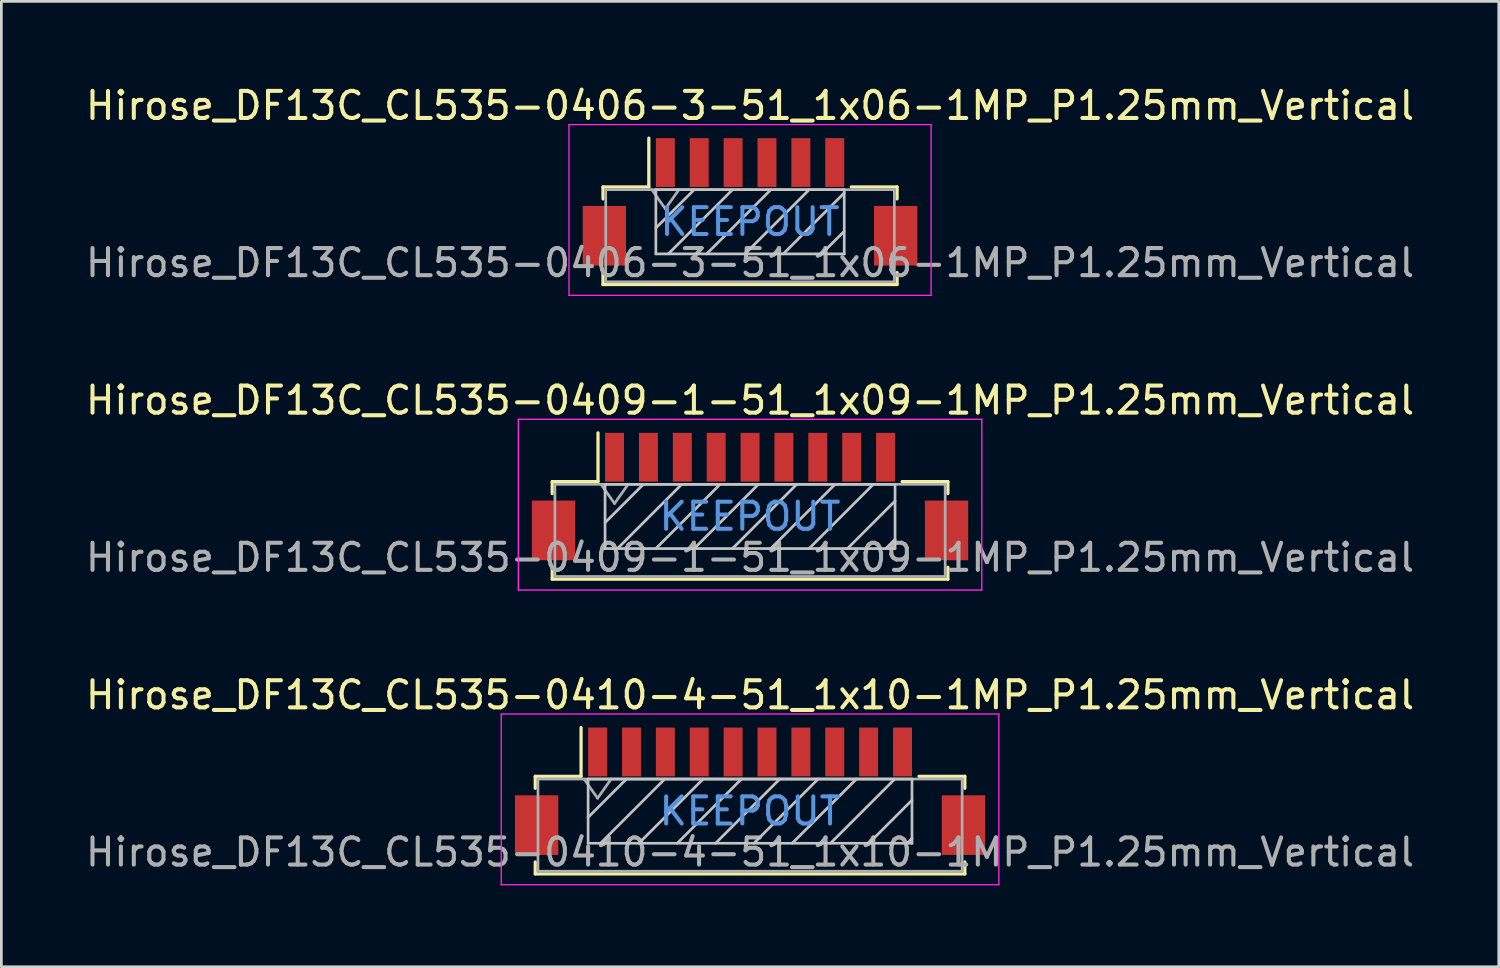
<source format=kicad_pcb>
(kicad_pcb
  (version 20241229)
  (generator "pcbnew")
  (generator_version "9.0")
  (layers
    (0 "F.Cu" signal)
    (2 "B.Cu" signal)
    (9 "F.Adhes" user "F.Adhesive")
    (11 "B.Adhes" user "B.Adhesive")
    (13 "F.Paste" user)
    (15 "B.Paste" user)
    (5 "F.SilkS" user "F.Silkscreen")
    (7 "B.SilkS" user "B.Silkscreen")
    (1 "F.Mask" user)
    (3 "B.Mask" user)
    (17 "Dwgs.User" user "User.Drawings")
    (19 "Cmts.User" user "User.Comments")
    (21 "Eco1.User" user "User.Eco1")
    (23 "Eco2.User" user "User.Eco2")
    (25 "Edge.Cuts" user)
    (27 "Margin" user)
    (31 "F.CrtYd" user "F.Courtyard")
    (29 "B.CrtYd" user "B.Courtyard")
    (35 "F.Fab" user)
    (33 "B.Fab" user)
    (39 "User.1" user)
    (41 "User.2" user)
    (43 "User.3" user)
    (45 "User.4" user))
  (footprint "Hirose_DF13C_CL535-0409-1-51_1x09-1MP_P1.25mm_Vertical"
    (layer "F.Cu")
    (at 24.625 15.271)
    (property "Reference" "Hirose_DF13C_CL535-0409-1-51_1x09-1MP_P1.25mm_Vertical" (at 0 -3.55 0) (layer "F.SilkS") (effects (font (size 1 1) (thickness 0.15))))
    (attr smd)
    (fp_line (start -7.3 -0.55) (end -7.3 -0.11) (stroke (width 0.12) (type solid)) (layer "F.SilkS"))
    (fp_line (start -7.3 2.61) (end -7.3 3.05) (stroke (width 0.12) (type solid)) (layer "F.SilkS"))
    (fp_line (start -7.3 3.05) (end 7.3 3.05) (stroke (width 0.12) (type solid)) (layer "F.SilkS"))
    (fp_line (start -5.61 -0.55) (end -7.3 -0.55) (stroke (width 0.12) (type solid)) (layer "F.SilkS"))
    (fp_line (start -5.61 -0.55) (end -5.61 -2.35) (stroke (width 0.12) (type solid)) (layer "F.SilkS"))
    (fp_line (start 5.61 -0.55) (end 7.3 -0.55) (stroke (width 0.12) (type solid)) (layer "F.SilkS"))
    (fp_line (start 7.3 -0.55) (end 7.3 -0.11) (stroke (width 0.12) (type solid)) (layer "F.SilkS"))
    (fp_line (start 7.3 3.05) (end 7.3 2.61) (stroke (width 0.12) (type solid)) (layer "F.SilkS"))
    (fp_line (start -5.35 -0.45) (end -5.35 1.92) (stroke (width 0.1) (type solid)) (layer "Dwgs.User"))
    (fp_line (start -5.35 1.92) (end 5.35 1.92) (stroke (width 0.1) (type solid)) (layer "Dwgs.User"))
    (fp_line (start -3.936 -0.45) (end -5.35 0.964) (stroke (width 0.1) (type solid)) (layer "Dwgs.User"))
    (fp_line (start -2.522 -0.45) (end -4.892 1.92) (stroke (width 0.1) (type solid)) (layer "Dwgs.User"))
    (fp_line (start -1.107 -0.45) (end -3.477 1.92) (stroke (width 0.1) (type solid)) (layer "Dwgs.User"))
    (fp_line (start 0.307 -0.45) (end -2.063 1.92) (stroke (width 0.1) (type solid)) (layer "Dwgs.User"))
    (fp_line (start 1.721 -0.45) (end -0.649 1.92) (stroke (width 0.1) (type solid)) (layer "Dwgs.User"))
    (fp_line (start 3.135 -0.45) (end 0.765 1.92) (stroke (width 0.1) (type solid)) (layer "Dwgs.User"))
    (fp_line (start 4.549 -0.45) (end 2.179 1.92) (stroke (width 0.1) (type solid)) (layer "Dwgs.User"))
    (fp_line (start 5.35 -0.45) (end -5.35 -0.45) (stroke (width 0.1) (type solid)) (layer "Dwgs.User"))
    (fp_line (start 5.35 0.164) (end 3.594 1.92) (stroke (width 0.1) (type solid)) (layer "Dwgs.User"))
    (fp_line (start 5.35 1.578) (end 5.008 1.92) (stroke (width 0.1) (type solid)) (layer "Dwgs.User"))
    (fp_line (start 5.35 1.92) (end 5.35 -0.45) (stroke (width 0.1) (type solid)) (layer "Dwgs.User"))
    (fp_line (start -8.55 -2.85) (end -8.55 3.45) (stroke (width 0.05) (type solid)) (layer "F.CrtYd"))
    (fp_line (start -8.55 3.45) (end 8.55 3.45) (stroke (width 0.05) (type solid)) (layer "F.CrtYd"))
    (fp_line (start 8.55 -2.85) (end -8.55 -2.85) (stroke (width 0.05) (type solid)) (layer "F.CrtYd"))
    (fp_line (start 8.55 3.45) (end 8.55 -2.85) (stroke (width 0.05) (type solid)) (layer "F.CrtYd"))
    (fp_line (start -7.2 -0.45) (end -7.2 2.95) (stroke (width 0.1) (type solid)) (layer "F.Fab"))
    (fp_line (start -7.2 2.95) (end 7.2 2.95) (stroke (width 0.1) (type solid)) (layer "F.Fab"))
    (fp_line (start -5.5 -0.45) (end -5 0.257) (stroke (width 0.1) (type solid)) (layer "F.Fab"))
    (fp_line (start -5 0.257) (end -4.5 -0.45) (stroke (width 0.1) (type solid)) (layer "F.Fab"))
    (fp_line (start 7.2 -0.45) (end -7.2 -0.45) (stroke (width 0.1) (type solid)) (layer "F.Fab"))
    (fp_line (start 7.2 2.95) (end 7.2 -0.45) (stroke (width 0.1) (type solid)) (layer "F.Fab"))
    (fp_text user "KEEPOUT" (at 0 0.735 0) (layer "Cmts.User") (effects (font (size 1 1) (thickness 0.15))))
    (fp_text user "${REFERENCE}" (at 0 2.25 0) (layer "F.Fab") (effects (font (size 1 1) (thickness 0.15))))
    (pad "1" smd rect (at -5 -1.45) (size 0.7 1.8) (layers "F.Cu" "F.Mask" "F.Paste"))
    (pad "2" smd rect (at -3.75 -1.45) (size 0.7 1.8) (layers "F.Cu" "F.Mask" "F.Paste"))
    (pad "3" smd rect (at -2.5 -1.45) (size 0.7 1.8) (layers "F.Cu" "F.Mask" "F.Paste"))
    (pad "4" smd rect (at -1.25 -1.45) (size 0.7 1.8) (layers "F.Cu" "F.Mask" "F.Paste"))
    (pad "5" smd rect (at 0 -1.45) (size 0.7 1.8) (layers "F.Cu" "F.Mask" "F.Paste"))
    (pad "6" smd rect (at 1.25 -1.45) (size 0.7 1.8) (layers "F.Cu" "F.Mask" "F.Paste"))
    (pad "7" smd rect (at 2.5 -1.45) (size 0.7 1.8) (layers "F.Cu" "F.Mask" "F.Paste"))
    (pad "8" smd rect (at 3.75 -1.45) (size 0.7 1.8) (layers "F.Cu" "F.Mask" "F.Paste"))
    (pad "9" smd rect (at 5 -1.45) (size 0.7 1.8) (layers "F.Cu" "F.Mask" "F.Paste"))
    (pad "MP" smd rect (at -7.25 1.25) (size 1.6 2.2) (layers "F.Cu" "F.Mask" "F.Paste"))
    (pad "MP" smd rect (at 7.25 1.25) (size 1.6 2.2) (layers "F.Cu" "F.Mask" "F.Paste")))
  (footprint "Hirose_DF13C_CL535-0406-3-51_1x06-1MP_P1.25mm_Vertical"
    (layer "F.Cu")
    (at 24.625 4.398)
    (property "Reference" "Hirose_DF13C_CL535-0406-3-51_1x06-1MP_P1.25mm_Vertical" (at 0 -3.55 0) (layer "F.SilkS") (effects (font (size 1 1) (thickness 0.15))))
    (attr smd)
    (fp_line (start -5.425 -0.55) (end -5.425 -0.11) (stroke (width 0.12) (type solid)) (layer "F.SilkS"))
    (fp_line (start -5.425 2.61) (end -5.425 3.05) (stroke (width 0.12) (type solid)) (layer "F.SilkS"))
    (fp_line (start -5.425 3.05) (end 5.425 3.05) (stroke (width 0.12) (type solid)) (layer "F.SilkS"))
    (fp_line (start -3.735 -0.55) (end -5.425 -0.55) (stroke (width 0.12) (type solid)) (layer "F.SilkS"))
    (fp_line (start -3.735 -0.55) (end -3.735 -2.35) (stroke (width 0.12) (type solid)) (layer "F.SilkS"))
    (fp_line (start 3.735 -0.55) (end 5.425 -0.55) (stroke (width 0.12) (type solid)) (layer "F.SilkS"))
    (fp_line (start 5.425 -0.55) (end 5.425 -0.11) (stroke (width 0.12) (type solid)) (layer "F.SilkS"))
    (fp_line (start 5.425 3.05) (end 5.425 2.61) (stroke (width 0.12) (type solid)) (layer "F.SilkS"))
    (fp_line (start -3.475 -0.45) (end -3.475 1.92) (stroke (width 0.1) (type solid)) (layer "Dwgs.User"))
    (fp_line (start -3.475 1.92) (end 3.475 1.92) (stroke (width 0.1) (type solid)) (layer "Dwgs.User"))
    (fp_line (start -2.061 -0.45) (end -3.475 0.964) (stroke (width 0.1) (type solid)) (layer "Dwgs.User"))
    (fp_line (start -0.647 -0.45) (end -3.017 1.92) (stroke (width 0.1) (type solid)) (layer "Dwgs.User"))
    (fp_line (start 0.768 -0.45) (end -1.602 1.92) (stroke (width 0.1) (type solid)) (layer "Dwgs.User"))
    (fp_line (start 2.182 -0.45) (end -0.188 1.92) (stroke (width 0.1) (type solid)) (layer "Dwgs.User"))
    (fp_line (start 3.475 -0.45) (end -3.475 -0.45) (stroke (width 0.1) (type solid)) (layer "Dwgs.User"))
    (fp_line (start 3.475 -0.329) (end 1.226 1.92) (stroke (width 0.1) (type solid)) (layer "Dwgs.User"))
    (fp_line (start 3.475 1.085) (end 2.64 1.92) (stroke (width 0.1) (type solid)) (layer "Dwgs.User"))
    (fp_line (start 3.475 1.92) (end 3.475 -0.45) (stroke (width 0.1) (type solid)) (layer "Dwgs.User"))
    (fp_line (start -6.68 -2.85) (end -6.68 3.45) (stroke (width 0.05) (type solid)) (layer "F.CrtYd"))
    (fp_line (start -6.68 3.45) (end 6.68 3.45) (stroke (width 0.05) (type solid)) (layer "F.CrtYd"))
    (fp_line (start 6.68 -2.85) (end -6.68 -2.85) (stroke (width 0.05) (type solid)) (layer "F.CrtYd"))
    (fp_line (start 6.68 3.45) (end 6.68 -2.85) (stroke (width 0.05) (type solid)) (layer "F.CrtYd"))
    (fp_line (start -5.325 -0.45) (end -5.325 2.95) (stroke (width 0.1) (type solid)) (layer "F.Fab"))
    (fp_line (start -5.325 2.95) (end 5.325 2.95) (stroke (width 0.1) (type solid)) (layer "F.Fab"))
    (fp_line (start -3.625 -0.45) (end -3.125 0.257) (stroke (width 0.1) (type solid)) (layer "F.Fab"))
    (fp_line (start -3.125 0.257) (end -2.625 -0.45) (stroke (width 0.1) (type solid)) (layer "F.Fab"))
    (fp_line (start 5.325 -0.45) (end -5.325 -0.45) (stroke (width 0.1) (type solid)) (layer "F.Fab"))
    (fp_line (start 5.325 2.95) (end 5.325 -0.45) (stroke (width 0.1) (type solid)) (layer "F.Fab"))
    (fp_text user "KEEPOUT" (at 0 0.735 0) (layer "Cmts.User") (effects (font (size 0.99 0.99) (thickness 0.148))))
    (fp_text user "${REFERENCE}" (at 0 2.25 0) (layer "F.Fab") (effects (font (size 1 1) (thickness 0.15))))
    (pad "1" smd rect (at -3.125 -1.45) (size 0.7 1.8) (layers "F.Cu" "F.Mask" "F.Paste"))
    (pad "2" smd rect (at -1.875 -1.45) (size 0.7 1.8) (layers "F.Cu" "F.Mask" "F.Paste"))
    (pad "3" smd rect (at -0.625 -1.45) (size 0.7 1.8) (layers "F.Cu" "F.Mask" "F.Paste"))
    (pad "4" smd rect (at 0.625 -1.45) (size 0.7 1.8) (layers "F.Cu" "F.Mask" "F.Paste"))
    (pad "5" smd rect (at 1.875 -1.45) (size 0.7 1.8) (layers "F.Cu" "F.Mask" "F.Paste"))
    (pad "6" smd rect (at 3.125 -1.45) (size 0.7 1.8) (layers "F.Cu" "F.Mask" "F.Paste"))
    (pad "MP" smd rect (at -5.375 1.25) (size 1.6 2.2) (layers "F.Cu" "F.Mask" "F.Paste"))
    (pad "MP" smd rect (at 5.375 1.25) (size 1.6 2.2) (layers "F.Cu" "F.Mask" "F.Paste")))
  (footprint "Hirose_DF13C_CL535-0410-4-51_1x10-1MP_P1.25mm_Vertical"
    (layer "F.Cu")
    (at 24.625 26.145)
    (property "Reference" "Hirose_DF13C_CL535-0410-4-51_1x10-1MP_P1.25mm_Vertical" (at 0 -3.55 0) (layer "F.SilkS") (effects (font (size 1 1) (thickness 0.15))))
    (attr smd)
    (fp_line (start -7.925 -0.55) (end -7.925 -0.11) (stroke (width 0.12) (type solid)) (layer "F.SilkS"))
    (fp_line (start -7.925 2.61) (end -7.925 3.05) (stroke (width 0.12) (type solid)) (layer "F.SilkS"))
    (fp_line (start -7.925 3.05) (end 7.925 3.05) (stroke (width 0.12) (type solid)) (layer "F.SilkS"))
    (fp_line (start -6.235 -0.55) (end -7.925 -0.55) (stroke (width 0.12) (type solid)) (layer "F.SilkS"))
    (fp_line (start -6.235 -0.55) (end -6.235 -2.35) (stroke (width 0.12) (type solid)) (layer "F.SilkS"))
    (fp_line (start 6.235 -0.55) (end 7.925 -0.55) (stroke (width 0.12) (type solid)) (layer "F.SilkS"))
    (fp_line (start 7.925 -0.55) (end 7.925 -0.11) (stroke (width 0.12) (type solid)) (layer "F.SilkS"))
    (fp_line (start 7.925 3.05) (end 7.925 2.61) (stroke (width 0.12) (type solid)) (layer "F.SilkS"))
    (fp_line (start -5.975 -0.45) (end -5.975 1.92) (stroke (width 0.1) (type solid)) (layer "Dwgs.User"))
    (fp_line (start -5.975 1.92) (end 5.975 1.92) (stroke (width 0.1) (type solid)) (layer "Dwgs.User"))
    (fp_line (start -4.561 -0.45) (end -5.975 0.964) (stroke (width 0.1) (type solid)) (layer "Dwgs.User"))
    (fp_line (start -3.147 -0.45) (end -5.517 1.92) (stroke (width 0.1) (type solid)) (layer "Dwgs.User"))
    (fp_line (start -1.732 -0.45) (end -4.102 1.92) (stroke (width 0.1) (type solid)) (layer "Dwgs.User"))
    (fp_line (start -0.318 -0.45) (end -2.688 1.92) (stroke (width 0.1) (type solid)) (layer "Dwgs.User"))
    (fp_line (start 1.096 -0.45) (end -1.274 1.92) (stroke (width 0.1) (type solid)) (layer "Dwgs.User"))
    (fp_line (start 2.51 -0.45) (end 0.14 1.92) (stroke (width 0.1) (type solid)) (layer "Dwgs.User"))
    (fp_line (start 3.924 -0.45) (end 1.554 1.92) (stroke (width 0.1) (type solid)) (layer "Dwgs.User"))
    (fp_line (start 5.339 -0.45) (end 2.969 1.92) (stroke (width 0.1) (type solid)) (layer "Dwgs.User"))
    (fp_line (start 5.975 -0.45) (end -5.975 -0.45) (stroke (width 0.1) (type solid)) (layer "Dwgs.User"))
    (fp_line (start 5.975 0.328) (end 4.383 1.92) (stroke (width 0.1) (type solid)) (layer "Dwgs.User"))
    (fp_line (start 5.975 1.742) (end 5.797 1.92) (stroke (width 0.1) (type solid)) (layer "Dwgs.User"))
    (fp_line (start 5.975 1.92) (end 5.975 -0.45) (stroke (width 0.1) (type solid)) (layer "Dwgs.User"))
    (fp_line (start -9.18 -2.85) (end -9.18 3.45) (stroke (width 0.05) (type solid)) (layer "F.CrtYd"))
    (fp_line (start -9.18 3.45) (end 9.18 3.45) (stroke (width 0.05) (type solid)) (layer "F.CrtYd"))
    (fp_line (start 9.18 -2.85) (end -9.18 -2.85) (stroke (width 0.05) (type solid)) (layer "F.CrtYd"))
    (fp_line (start 9.18 3.45) (end 9.18 -2.85) (stroke (width 0.05) (type solid)) (layer "F.CrtYd"))
    (fp_line (start -7.825 -0.45) (end -7.825 2.95) (stroke (width 0.1) (type solid)) (layer "F.Fab"))
    (fp_line (start -7.825 2.95) (end 7.825 2.95) (stroke (width 0.1) (type solid)) (layer "F.Fab"))
    (fp_line (start -6.125 -0.45) (end -5.625 0.257) (stroke (width 0.1) (type solid)) (layer "F.Fab"))
    (fp_line (start -5.625 0.257) (end -5.125 -0.45) (stroke (width 0.1) (type solid)) (layer "F.Fab"))
    (fp_line (start 7.825 -0.45) (end -7.825 -0.45) (stroke (width 0.1) (type solid)) (layer "F.Fab"))
    (fp_line (start 7.825 2.95) (end 7.825 -0.45) (stroke (width 0.1) (type solid)) (layer "F.Fab"))
    (fp_text user "KEEPOUT" (at 0 0.735 0) (layer "Cmts.User") (effects (font (size 1 1) (thickness 0.15))))
    (fp_text user "${REFERENCE}" (at 0 2.25 0) (layer "F.Fab") (effects (font (size 1 1) (thickness 0.15))))
    (pad "1" smd rect (at -5.625 -1.45) (size 0.7 1.8) (layers "F.Cu" "F.Mask" "F.Paste"))
    (pad "2" smd rect (at -4.375 -1.45) (size 0.7 1.8) (layers "F.Cu" "F.Mask" "F.Paste"))
    (pad "3" smd rect (at -3.125 -1.45) (size 0.7 1.8) (layers "F.Cu" "F.Mask" "F.Paste"))
    (pad "4" smd rect (at -1.875 -1.45) (size 0.7 1.8) (layers "F.Cu" "F.Mask" "F.Paste"))
    (pad "5" smd rect (at -0.625 -1.45) (size 0.7 1.8) (layers "F.Cu" "F.Mask" "F.Paste"))
    (pad "6" smd rect (at 0.625 -1.45) (size 0.7 1.8) (layers "F.Cu" "F.Mask" "F.Paste"))
    (pad "7" smd rect (at 1.875 -1.45) (size 0.7 1.8) (layers "F.Cu" "F.Mask" "F.Paste"))
    (pad "8" smd rect (at 3.125 -1.45) (size 0.7 1.8) (layers "F.Cu" "F.Mask" "F.Paste"))
    (pad "9" smd rect (at 4.375 -1.45) (size 0.7 1.8) (layers "F.Cu" "F.Mask" "F.Paste"))
    (pad "10" smd rect (at 5.625 -1.45) (size 0.7 1.8) (layers "F.Cu" "F.Mask" "F.Paste"))
    (pad "MP" smd rect (at -7.875 1.25) (size 1.6 2.2) (layers "F.Cu" "F.Mask" "F.Paste"))
    (pad "MP" smd rect (at 7.875 1.25) (size 1.6 2.2) (layers "F.Cu" "F.Mask" "F.Paste")))
  (gr_rect
    (start -3 -3)
    (end 52.25 32.62)
    (stroke (width 0.1) (type default))
    (fill no)
    (layer "Edge.Cuts")))
</source>
